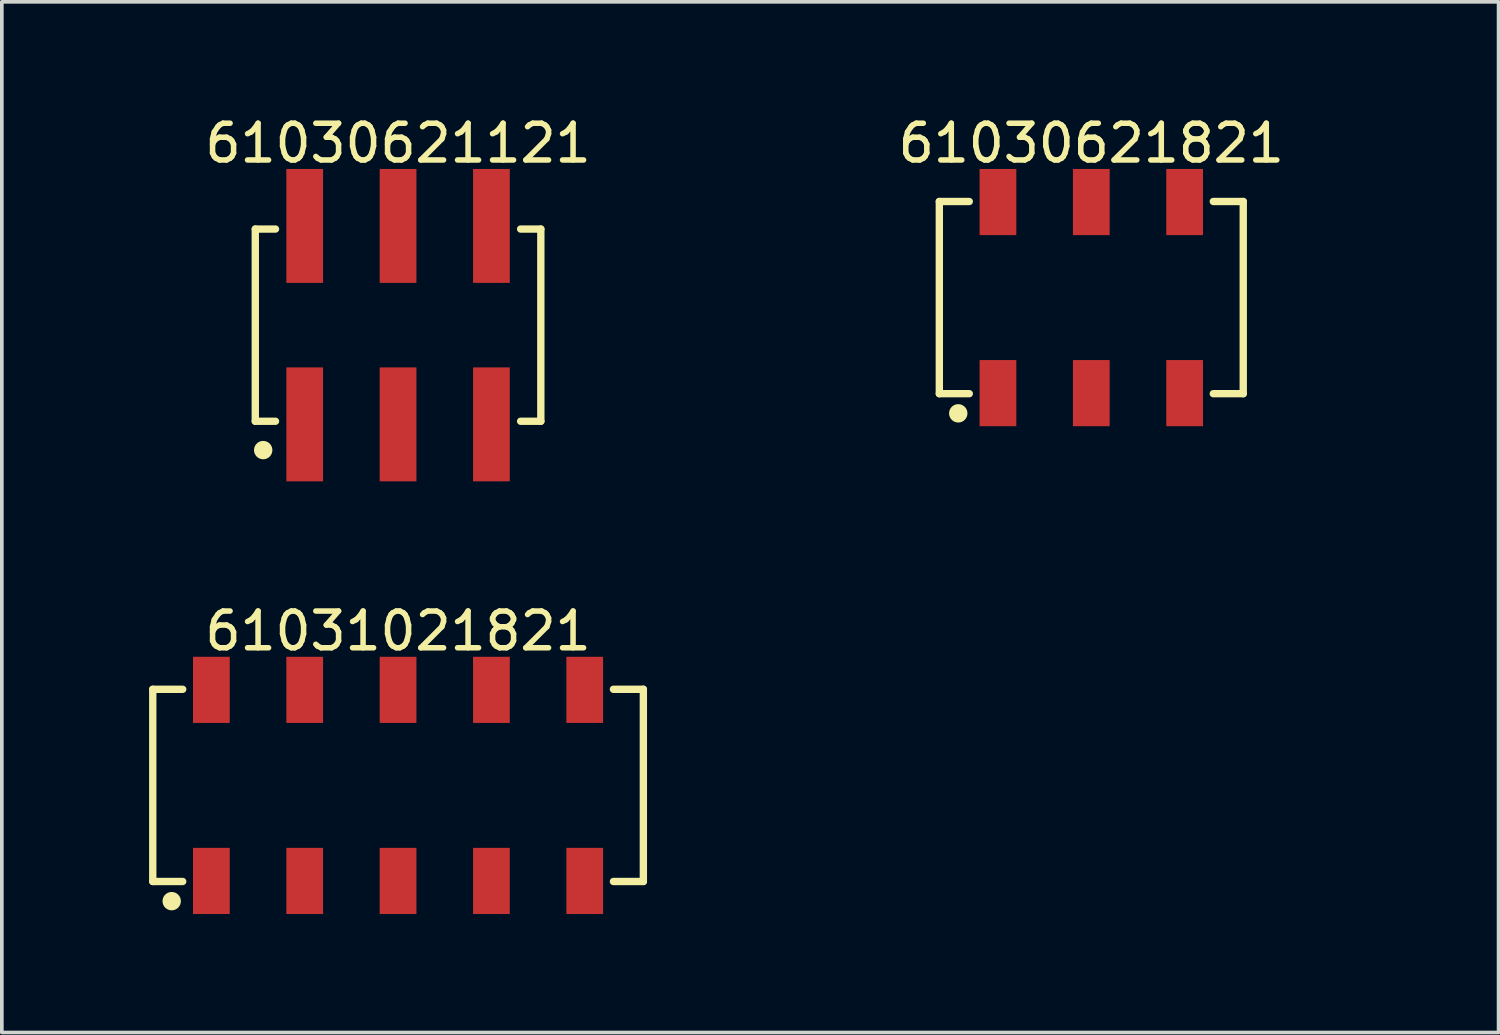
<source format=kicad_pcb>
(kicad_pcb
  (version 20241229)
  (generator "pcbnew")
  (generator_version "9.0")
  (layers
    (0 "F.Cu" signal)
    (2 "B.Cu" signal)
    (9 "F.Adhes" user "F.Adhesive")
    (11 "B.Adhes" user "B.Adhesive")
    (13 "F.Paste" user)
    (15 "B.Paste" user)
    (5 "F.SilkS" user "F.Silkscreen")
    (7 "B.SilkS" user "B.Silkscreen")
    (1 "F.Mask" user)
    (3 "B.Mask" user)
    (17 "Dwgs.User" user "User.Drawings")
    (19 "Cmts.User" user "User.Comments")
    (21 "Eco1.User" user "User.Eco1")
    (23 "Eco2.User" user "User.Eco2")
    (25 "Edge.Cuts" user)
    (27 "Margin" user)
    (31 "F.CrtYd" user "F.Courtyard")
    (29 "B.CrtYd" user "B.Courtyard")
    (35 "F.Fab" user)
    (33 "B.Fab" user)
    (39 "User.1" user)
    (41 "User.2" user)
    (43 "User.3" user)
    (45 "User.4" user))
  (footprint "61031021821"
    (layer "F.Cu")
    (at 7.782 18.322)
    (property "Reference" "61031021821" (at 0 -4.2 0) (layer "F.SilkS") (effects (font (size 1 1) (thickness 0.15))))
    (fp_line (start -6.675 -2.615) (end -5.86 -2.615) (stroke (width 0.2) (type solid)) (layer "F.SilkS"))
    (fp_line (start -6.675 2.615) (end -6.675 -2.615) (stroke (width 0.2) (type solid)) (layer "F.SilkS"))
    (fp_line (start -6.675 2.615) (end -5.86 2.615) (stroke (width 0.2) (type solid)) (layer "F.SilkS"))
    (fp_line (start 5.86 -2.615) (end 6.675 -2.615) (stroke (width 0.2) (type solid)) (layer "F.SilkS"))
    (fp_line (start 5.86 2.615) (end 6.675 2.615) (stroke (width 0.2) (type solid)) (layer "F.SilkS"))
    (fp_line (start 6.675 2.615) (end 6.675 -2.615) (stroke (width 0.2) (type solid)) (layer "F.SilkS"))
    (fp_circle (center -6.16 3.15) (end -6.16 3.025) (stroke (width 0.25) (type solid)) (fill no) (layer "F.SilkS"))
    (fp_line (start -6.875 -3.7) (end 6.875 -3.7) (stroke (width 0.05) (type solid)) (layer "Eco2.User"))
    (fp_line (start -6.875 3.7) (end -6.875 -3.7) (stroke (width 0.05) (type solid)) (layer "Eco2.User"))
    (fp_line (start -6.875 3.7) (end 6.875 3.7) (stroke (width 0.05) (type solid)) (layer "Eco2.User"))
    (fp_line (start -6.6 -2.54) (end 6.6 -2.54) (stroke (width 0.1) (type solid)) (layer "Eco2.User"))
    (fp_line (start -6.6 2.54) (end -6.6 -2.54) (stroke (width 0.1) (type solid)) (layer "Eco2.User"))
    (fp_line (start -6.6 2.54) (end 6.6 2.54) (stroke (width 0.1) (type solid)) (layer "Eco2.User"))
    (fp_line (start -5.4 -3.35) (end -4.76 -3.35) (stroke (width 0.1) (type solid)) (layer "Eco2.User"))
    (fp_line (start -5.4 -2.54) (end -5.4 -3.35) (stroke (width 0.1) (type solid)) (layer "Eco2.User"))
    (fp_line (start -5.4 3.35) (end -5.4 2.54) (stroke (width 0.1) (type solid)) (layer "Eco2.User"))
    (fp_line (start -5.4 3.35) (end -4.76 3.35) (stroke (width 0.1) (type solid)) (layer "Eco2.User"))
    (fp_line (start -4.76 -2.54) (end -4.76 -3.35) (stroke (width 0.1) (type solid)) (layer "Eco2.User"))
    (fp_line (start -4.76 3.35) (end -4.76 2.54) (stroke (width 0.1) (type solid)) (layer "Eco2.User"))
    (fp_line (start -2.86 -3.35) (end -2.22 -3.35) (stroke (width 0.1) (type solid)) (layer "Eco2.User"))
    (fp_line (start -2.86 -2.54) (end -2.86 -3.35) (stroke (width 0.1) (type solid)) (layer "Eco2.User"))
    (fp_line (start -2.86 3.35) (end -2.86 2.54) (stroke (width 0.1) (type solid)) (layer "Eco2.User"))
    (fp_line (start -2.86 3.35) (end -2.22 3.35) (stroke (width 0.1) (type solid)) (layer "Eco2.User"))
    (fp_line (start -2.22 -2.54) (end -2.22 -3.35) (stroke (width 0.1) (type solid)) (layer "Eco2.User"))
    (fp_line (start -2.22 3.35) (end -2.22 2.54) (stroke (width 0.1) (type solid)) (layer "Eco2.User"))
    (fp_line (start -0.5 0) (end 0.5 0) (stroke (width 0.05) (type solid)) (layer "Eco2.User"))
    (fp_line (start -0.32 -3.35) (end 0.32 -3.35) (stroke (width 0.1) (type solid)) (layer "Eco2.User"))
    (fp_line (start -0.32 -2.54) (end -0.32 -3.35) (stroke (width 0.1) (type solid)) (layer "Eco2.User"))
    (fp_line (start -0.32 3.35) (end -0.32 2.54) (stroke (width 0.1) (type solid)) (layer "Eco2.User"))
    (fp_line (start -0.32 3.35) (end 0.32 3.35) (stroke (width 0.1) (type solid)) (layer "Eco2.User"))
    (fp_line (start 0 0.5) (end 0 -0.5) (stroke (width 0.05) (type solid)) (layer "Eco2.User"))
    (fp_line (start 0.32 -2.54) (end 0.32 -3.35) (stroke (width 0.1) (type solid)) (layer "Eco2.User"))
    (fp_line (start 0.32 3.35) (end 0.32 2.54) (stroke (width 0.1) (type solid)) (layer "Eco2.User"))
    (fp_line (start 2.22 -3.35) (end 2.86 -3.35) (stroke (width 0.1) (type solid)) (layer "Eco2.User"))
    (fp_line (start 2.22 -2.54) (end 2.22 -3.35) (stroke (width 0.1) (type solid)) (layer "Eco2.User"))
    (fp_line (start 2.22 3.35) (end 2.22 2.54) (stroke (width 0.1) (type solid)) (layer "Eco2.User"))
    (fp_line (start 2.22 3.35) (end 2.86 3.35) (stroke (width 0.1) (type solid)) (layer "Eco2.User"))
    (fp_line (start 2.86 -2.54) (end 2.86 -3.35) (stroke (width 0.1) (type solid)) (layer "Eco2.User"))
    (fp_line (start 2.86 3.35) (end 2.86 2.54) (stroke (width 0.1) (type solid)) (layer "Eco2.User"))
    (fp_line (start 4.76 -3.35) (end 5.4 -3.35) (stroke (width 0.1) (type solid)) (layer "Eco2.User"))
    (fp_line (start 4.76 -2.54) (end 4.76 -3.35) (stroke (width 0.1) (type solid)) (layer "Eco2.User"))
    (fp_line (start 4.76 3.35) (end 4.76 2.54) (stroke (width 0.1) (type solid)) (layer "Eco2.User"))
    (fp_line (start 4.76 3.35) (end 5.4 3.35) (stroke (width 0.1) (type solid)) (layer "Eco2.User"))
    (fp_line (start 5.4 -2.54) (end 5.4 -3.35) (stroke (width 0.1) (type solid)) (layer "Eco2.User"))
    (fp_line (start 5.4 3.35) (end 5.4 2.54) (stroke (width 0.1) (type solid)) (layer "Eco2.User"))
    (fp_line (start 6.6 2.54) (end 6.6 -2.54) (stroke (width 0.1) (type solid)) (layer "Eco2.User"))
    (fp_line (start 6.875 3.7) (end 6.875 -3.7) (stroke (width 0.05) (type solid)) (layer "Eco2.User"))
    (fp_text user "${REFERENCE}" (at 0.15 -0.197 0) (unlocked yes) (layer "User.3") (effects (font (size 1.5 1.5) (thickness 0.15))))
    (pad "1" smd rect (at -5.08 2.6) (size 1 1.8) (layers "F.Cu" "F.Mask" "F.Paste"))
    (pad "2" smd rect (at -5.08 -2.6) (size 1 1.8) (layers "F.Cu" "F.Mask" "F.Paste"))
    (pad "3" smd rect (at -2.54 2.6) (size 1 1.8) (layers "F.Cu" "F.Mask" "F.Paste"))
    (pad "4" smd rect (at -2.54 -2.6) (size 1 1.8) (layers "F.Cu" "F.Mask" "F.Paste"))
    (pad "5" smd rect (at 0 2.6) (size 1 1.8) (layers "F.Cu" "F.Mask" "F.Paste"))
    (pad "6" smd rect (at 0 -2.6) (size 1 1.8) (layers "F.Cu" "F.Mask" "F.Paste"))
    (pad "7" smd rect (at 2.54 2.6) (size 1 1.8) (layers "F.Cu" "F.Mask" "F.Paste"))
    (pad "8" smd rect (at 2.54 -2.6) (size 1 1.8) (layers "F.Cu" "F.Mask" "F.Paste"))
    (pad "9" smd rect (at 5.08 2.6) (size 1 1.8) (layers "F.Cu" "F.Mask" "F.Paste"))
    (pad "10" smd rect (at 5.08 -2.6) (size 1 1.8) (layers "F.Cu" "F.Mask" "F.Paste")))
  (footprint "61030621821"
    (layer "F.Cu")
    (at 26.646 5.048)
    (property "Reference" "61030621821" (at 0 -4.2 0) (layer "F.SilkS") (effects (font (size 1 1) (thickness 0.15))))
    (fp_line (start -4.135 -2.615) (end -3.32 -2.615) (stroke (width 0.2) (type solid)) (layer "F.SilkS"))
    (fp_line (start -4.135 2.615) (end -4.135 -2.615) (stroke (width 0.2) (type solid)) (layer "F.SilkS"))
    (fp_line (start -4.135 2.615) (end -3.32 2.615) (stroke (width 0.2) (type solid)) (layer "F.SilkS"))
    (fp_line (start 3.32 -2.615) (end 4.135 -2.615) (stroke (width 0.2) (type solid)) (layer "F.SilkS"))
    (fp_line (start 3.32 2.615) (end 4.135 2.615) (stroke (width 0.2) (type solid)) (layer "F.SilkS"))
    (fp_line (start 4.135 2.615) (end 4.135 -2.615) (stroke (width 0.2) (type solid)) (layer "F.SilkS"))
    (fp_circle (center -3.62 3.15) (end -3.62 3.025) (stroke (width 0.25) (type solid)) (fill no) (layer "F.SilkS"))
    (fp_line (start -4.335 -3.7) (end 4.335 -3.7) (stroke (width 0.05) (type solid)) (layer "Eco2.User"))
    (fp_line (start -4.335 3.7) (end -4.335 -3.7) (stroke (width 0.05) (type solid)) (layer "Eco2.User"))
    (fp_line (start -4.335 3.7) (end 4.335 3.7) (stroke (width 0.05) (type solid)) (layer "Eco2.User"))
    (fp_line (start -4.06 -2.54) (end 4.06 -2.54) (stroke (width 0.1) (type solid)) (layer "Eco2.User"))
    (fp_line (start -4.06 2.54) (end -4.06 -2.54) (stroke (width 0.1) (type solid)) (layer "Eco2.User"))
    (fp_line (start -4.06 2.54) (end 4.06 2.54) (stroke (width 0.1) (type solid)) (layer "Eco2.User"))
    (fp_line (start -2.86 -3.35) (end -2.22 -3.35) (stroke (width 0.1) (type solid)) (layer "Eco2.User"))
    (fp_line (start -2.86 -2.54) (end -2.86 -3.35) (stroke (width 0.1) (type solid)) (layer "Eco2.User"))
    (fp_line (start -2.86 3.35) (end -2.86 2.54) (stroke (width 0.1) (type solid)) (layer "Eco2.User"))
    (fp_line (start -2.86 3.35) (end -2.22 3.35) (stroke (width 0.1) (type solid)) (layer "Eco2.User"))
    (fp_line (start -2.22 -2.54) (end -2.22 -3.35) (stroke (width 0.1) (type solid)) (layer "Eco2.User"))
    (fp_line (start -2.22 3.35) (end -2.22 2.54) (stroke (width 0.1) (type solid)) (layer "Eco2.User"))
    (fp_line (start -0.5 0) (end 0.5 0) (stroke (width 0.05) (type solid)) (layer "Eco2.User"))
    (fp_line (start -0.32 -3.35) (end 0.32 -3.35) (stroke (width 0.1) (type solid)) (layer "Eco2.User"))
    (fp_line (start -0.32 -2.54) (end -0.32 -3.35) (stroke (width 0.1) (type solid)) (layer "Eco2.User"))
    (fp_line (start -0.32 3.35) (end -0.32 2.54) (stroke (width 0.1) (type solid)) (layer "Eco2.User"))
    (fp_line (start -0.32 3.35) (end 0.32 3.35) (stroke (width 0.1) (type solid)) (layer "Eco2.User"))
    (fp_line (start 0 0.5) (end 0 -0.5) (stroke (width 0.05) (type solid)) (layer "Eco2.User"))
    (fp_line (start 0.32 -2.54) (end 0.32 -3.35) (stroke (width 0.1) (type solid)) (layer "Eco2.User"))
    (fp_line (start 0.32 3.35) (end 0.32 2.54) (stroke (width 0.1) (type solid)) (layer "Eco2.User"))
    (fp_line (start 2.22 -3.35) (end 2.86 -3.35) (stroke (width 0.1) (type solid)) (layer "Eco2.User"))
    (fp_line (start 2.22 -2.54) (end 2.22 -3.35) (stroke (width 0.1) (type solid)) (layer "Eco2.User"))
    (fp_line (start 2.22 3.35) (end 2.22 2.54) (stroke (width 0.1) (type solid)) (layer "Eco2.User"))
    (fp_line (start 2.22 3.35) (end 2.86 3.35) (stroke (width 0.1) (type solid)) (layer "Eco2.User"))
    (fp_line (start 2.86 -2.54) (end 2.86 -3.35) (stroke (width 0.1) (type solid)) (layer "Eco2.User"))
    (fp_line (start 2.86 3.35) (end 2.86 2.54) (stroke (width 0.1) (type solid)) (layer "Eco2.User"))
    (fp_line (start 4.06 2.54) (end 4.06 -2.54) (stroke (width 0.1) (type solid)) (layer "Eco2.User"))
    (fp_line (start 4.335 3.7) (end 4.335 -3.7) (stroke (width 0.05) (type solid)) (layer "Eco2.User"))
    (fp_text user "${REFERENCE}" (at 0.15 -0.197 0) (unlocked yes) (layer "User.3") (effects (font (size 1.5 1.5) (thickness 0.15))))
    (pad "1" smd rect (at -2.54 2.6) (size 1 1.8) (layers "F.Cu" "F.Mask" "F.Paste"))
    (pad "2" smd rect (at -2.54 -2.6) (size 1 1.8) (layers "F.Cu" "F.Mask" "F.Paste"))
    (pad "3" smd rect (at 0 2.6) (size 1 1.8) (layers "F.Cu" "F.Mask" "F.Paste"))
    (pad "4" smd rect (at 0 -2.6) (size 1 1.8) (layers "F.Cu" "F.Mask" "F.Paste"))
    (pad "5" smd rect (at 2.54 2.6) (size 1 1.8) (layers "F.Cu" "F.Mask" "F.Paste"))
    (pad "6" smd rect (at 2.54 -2.6) (size 1 1.8) (layers "F.Cu" "F.Mask" "F.Paste")))
  (footprint "61030621121"
    (layer "F.Cu")
    (at 7.782 5.798)
    (property "Reference" "61030621121" (at 0 -4.95 0) (layer "F.SilkS") (effects (font (size 1 1) (thickness 0.15))))
    (fp_line (start -3.885 -2.615) (end -3.335 -2.615) (stroke (width 0.2) (type solid)) (layer "F.SilkS"))
    (fp_line (start -3.885 2.615) (end -3.885 -2.615) (stroke (width 0.2) (type solid)) (layer "F.SilkS"))
    (fp_line (start -3.885 2.615) (end -3.335 2.615) (stroke (width 0.2) (type solid)) (layer "F.SilkS"))
    (fp_line (start 3.335 -2.615) (end 3.885 -2.615) (stroke (width 0.2) (type solid)) (layer "F.SilkS"))
    (fp_line (start 3.335 2.615) (end 3.885 2.615) (stroke (width 0.2) (type solid)) (layer "F.SilkS"))
    (fp_line (start 3.885 2.615) (end 3.885 -2.615) (stroke (width 0.2) (type solid)) (layer "F.SilkS"))
    (fp_circle (center -3.67 3.4) (end -3.67 3.275) (stroke (width 0.25) (type solid)) (fill no) (layer "F.SilkS"))
    (fp_line (start -4.085 -4.45) (end 4.085 -4.45) (stroke (width 0.05) (type solid)) (layer "Eco2.User"))
    (fp_line (start -4.085 4.45) (end -4.085 -4.45) (stroke (width 0.05) (type solid)) (layer "Eco2.User"))
    (fp_line (start -4.085 4.45) (end 4.085 4.45) (stroke (width 0.05) (type solid)) (layer "Eco2.User"))
    (fp_line (start -3.81 -2.54) (end 3.81 -2.54) (stroke (width 0.1) (type solid)) (layer "Eco2.User"))
    (fp_line (start -3.81 2.54) (end -3.81 -2.54) (stroke (width 0.1) (type solid)) (layer "Eco2.User"))
    (fp_line (start -3.81 2.54) (end 3.81 2.54) (stroke (width 0.1) (type solid)) (layer "Eco2.User"))
    (fp_line (start -2.86 -3.75) (end -2.22 -3.75) (stroke (width 0.1) (type solid)) (layer "Eco2.User"))
    (fp_line (start -2.86 -2.54) (end -2.86 -3.75) (stroke (width 0.1) (type solid)) (layer "Eco2.User"))
    (fp_line (start -2.86 3.75) (end -2.86 2.54) (stroke (width 0.1) (type solid)) (layer "Eco2.User"))
    (fp_line (start -2.86 3.75) (end -2.22 3.75) (stroke (width 0.1) (type solid)) (layer "Eco2.User"))
    (fp_line (start -2.22 -2.54) (end -2.22 -3.75) (stroke (width 0.1) (type solid)) (layer "Eco2.User"))
    (fp_line (start -2.22 3.75) (end -2.22 2.54) (stroke (width 0.1) (type solid)) (layer "Eco2.User"))
    (fp_line (start -0.5 0) (end 0.5 0) (stroke (width 0.05) (type solid)) (layer "Eco2.User"))
    (fp_line (start -0.32 -3.75) (end 0.32 -3.75) (stroke (width 0.1) (type solid)) (layer "Eco2.User"))
    (fp_line (start -0.32 -2.54) (end -0.32 -3.75) (stroke (width 0.1) (type solid)) (layer "Eco2.User"))
    (fp_line (start -0.32 3.75) (end -0.32 2.54) (stroke (width 0.1) (type solid)) (layer "Eco2.User"))
    (fp_line (start -0.32 3.75) (end 0.32 3.75) (stroke (width 0.1) (type solid)) (layer "Eco2.User"))
    (fp_line (start 0 0.5) (end 0 -0.5) (stroke (width 0.05) (type solid)) (layer "Eco2.User"))
    (fp_line (start 0.32 -2.54) (end 0.32 -3.75) (stroke (width 0.1) (type solid)) (layer "Eco2.User"))
    (fp_line (start 0.32 3.75) (end 0.32 2.54) (stroke (width 0.1) (type solid)) (layer "Eco2.User"))
    (fp_line (start 2.22 -3.75) (end 2.86 -3.75) (stroke (width 0.1) (type solid)) (layer "Eco2.User"))
    (fp_line (start 2.22 -2.54) (end 2.22 -3.75) (stroke (width 0.1) (type solid)) (layer "Eco2.User"))
    (fp_line (start 2.22 3.75) (end 2.22 2.54) (stroke (width 0.1) (type solid)) (layer "Eco2.User"))
    (fp_line (start 2.22 3.75) (end 2.86 3.75) (stroke (width 0.1) (type solid)) (layer "Eco2.User"))
    (fp_line (start 2.86 -2.54) (end 2.86 -3.75) (stroke (width 0.1) (type solid)) (layer "Eco2.User"))
    (fp_line (start 2.86 3.75) (end 2.86 2.54) (stroke (width 0.1) (type solid)) (layer "Eco2.User"))
    (fp_line (start 3.81 2.54) (end 3.81 -2.54) (stroke (width 0.1) (type solid)) (layer "Eco2.User"))
    (fp_line (start 4.085 4.45) (end 4.085 -4.45) (stroke (width 0.05) (type solid)) (layer "Eco2.User"))
    (fp_text user "${REFERENCE}" (at 0.15 -0.197 0) (unlocked yes) (layer "User.3") (effects (font (size 1.5 1.5) (thickness 0.15))))
    (pad "1" smd rect (at -2.54 2.7) (size 1 3.1) (layers "F.Cu" "F.Mask" "F.Paste"))
    (pad "2" smd rect (at -2.54 -2.7) (size 1 3.1) (layers "F.Cu" "F.Mask" "F.Paste"))
    (pad "3" smd rect (at 0 2.7) (size 1 3.1) (layers "F.Cu" "F.Mask" "F.Paste"))
    (pad "4" smd rect (at 0 -2.7) (size 1 3.1) (layers "F.Cu" "F.Mask" "F.Paste"))
    (pad "5" smd rect (at 2.54 2.7) (size 1 3.1) (layers "F.Cu" "F.Mask" "F.Paste"))
    (pad "6" smd rect (at 2.54 -2.7) (size 1 3.1) (layers "F.Cu" "F.Mask" "F.Paste")))
  (gr_rect
    (start -3 -3)
    (end 37.729 25.047)
    (stroke (width 0.1) (type default))
    (fill no)
    (layer "Edge.Cuts")))
</source>
